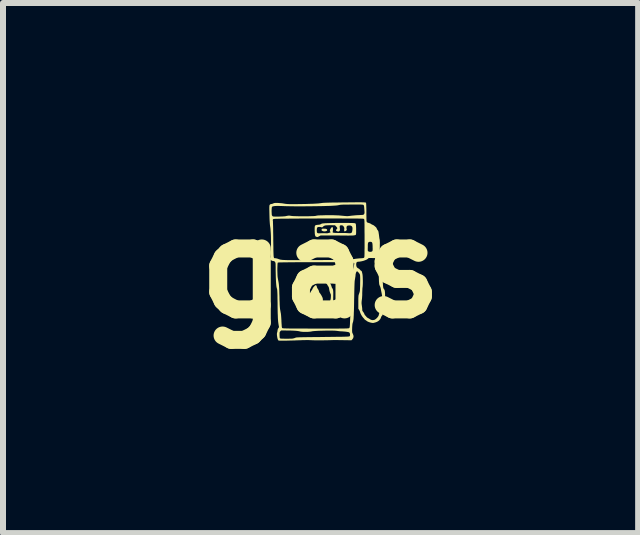
<source format=kicad_pcb>
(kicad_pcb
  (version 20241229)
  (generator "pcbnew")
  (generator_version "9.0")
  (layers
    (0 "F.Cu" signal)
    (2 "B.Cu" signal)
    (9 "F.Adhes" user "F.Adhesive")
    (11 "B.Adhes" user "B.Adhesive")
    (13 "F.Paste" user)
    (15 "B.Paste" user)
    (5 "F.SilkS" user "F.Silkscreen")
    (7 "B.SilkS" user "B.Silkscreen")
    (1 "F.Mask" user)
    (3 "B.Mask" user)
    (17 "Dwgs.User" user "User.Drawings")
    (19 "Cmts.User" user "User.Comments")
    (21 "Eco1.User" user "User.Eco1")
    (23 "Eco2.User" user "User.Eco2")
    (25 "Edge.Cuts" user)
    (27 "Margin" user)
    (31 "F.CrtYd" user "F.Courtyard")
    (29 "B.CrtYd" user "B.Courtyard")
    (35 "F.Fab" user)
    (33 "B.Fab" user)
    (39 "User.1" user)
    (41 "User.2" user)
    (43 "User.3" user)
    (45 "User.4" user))
  (footprint "gas"
    (layer "F.Cu")
    (at 2.293 1.418)
    (property "Reference" "gas" (at 0 0 0) (layer "F.SilkS") (effects (font (size 1.524 1.524) (thickness 0.3))))
    (attr board_only exclude_from_pos_files exclude_from_bom)
    (fp_poly (pts (xy 0.084 -0.655) (xy 0.1 -0.65) (xy 0.109 -0.642) (xy 0.111 -0.631) (xy 0.107 -0.622) (xy 0.095 -0.616) (xy 0.079 -0.612) (xy 0.06 -0.611) (xy 0.043 -0.614) (xy 0.026 -0.621) (xy 0.017 -0.629) (xy 0.017 -0.64) (xy 0.018 -0.644) (xy 0.022 -0.651) (xy 0.027 -0.654) (xy 0.036 -0.656) (xy 0.051 -0.656) (xy 0.059 -0.656)) (stroke (width 0) (type solid)) (fill yes) (layer "F.SilkS"))
    (fp_poly (pts (xy -0.071 0.289) (xy -0.064 0.302) (xy -0.061 0.316) (xy -0.055 0.333) (xy -0.045 0.348) (xy -0.044 0.35) (xy -0.033 0.367) (xy -0.027 0.386) (xy -0.022 0.404) (xy -0.012 0.417) (xy -0.005 0.426) (xy 0.005 0.441) (xy 0.016 0.459) (xy 0.019 0.465) (xy 0.029 0.484) (xy 0.035 0.499) (xy 0.038 0.513) (xy 0.039 0.529) (xy 0.039 0.539) (xy 0.038 0.558) (xy 0.037 0.57) (xy 0.033 0.58) (xy 0.026 0.589) (xy 0.018 0.598) (xy 0.004 0.612) (xy -0.012 0.625) (xy -0.021 0.63) (xy -0.037 0.639) (xy -0.052 0.647) (xy -0.056 0.649) (xy -0.078 0.656) (xy -0.102 0.654) (xy -0.122 0.645) (xy -0.138 0.635) (xy -0.156 0.626) (xy -0.161 0.623) (xy -0.174 0.616) (xy -0.184 0.607) (xy -0.193 0.593) (xy -0.197 0.585) (xy -0.206 0.57) (xy -0.214 0.557) (xy -0.219 0.551) (xy -0.225 0.54) (xy -0.227 0.525) (xy -0.226 0.509) (xy -0.221 0.495) (xy -0.217 0.49) (xy -0.21 0.48) (xy -0.203 0.465) (xy -0.2 0.455) (xy -0.192 0.436) (xy -0.183 0.424) (xy -0.181 0.422) (xy -0.172 0.412) (xy -0.167 0.404) (xy -0.162 0.393) (xy -0.154 0.38) (xy -0.149 0.374) (xy -0.14 0.36) (xy -0.133 0.346) (xy -0.132 0.342) (xy -0.127 0.332) (xy -0.118 0.319) (xy -0.106 0.306) (xy -0.094 0.294) (xy -0.084 0.286) (xy -0.08 0.285)) (stroke (width 0) (type solid)) (fill yes) (layer "F.SilkS"))
    (fp_poly (pts (xy 0.413 -0.752) (xy 0.416 -0.752) (xy 0.46 -0.752) (xy 0.495 -0.751) (xy 0.522 -0.751) (xy 0.543 -0.75) (xy 0.558 -0.749) (xy 0.568 -0.748) (xy 0.575 -0.746) (xy 0.58 -0.744) (xy 0.583 -0.742) (xy 0.586 -0.738) (xy 0.588 -0.731) (xy 0.59 -0.721) (xy 0.591 -0.706) (xy 0.592 -0.685) (xy 0.593 -0.656) (xy 0.593 -0.648) (xy 0.593 -0.614) (xy 0.593 -0.589) (xy 0.592 -0.572) (xy 0.59 -0.561) (xy 0.588 -0.555) (xy 0.588 -0.554) (xy 0.582 -0.55) (xy 0.571 -0.547) (xy 0.554 -0.544) (xy 0.531 -0.542) (xy 0.5 -0.542) (xy 0.461 -0.541) (xy 0.413 -0.542) (xy 0.413 -0.542) (xy 0.381 -0.542) (xy 0.342 -0.542) (xy 0.297 -0.543) (xy 0.251 -0.543) (xy 0.204 -0.543) (xy 0.16 -0.543) (xy 0.157 -0.543) (xy 0.002 -0.543) (xy -0.023 -0.53) (xy -0.036 -0.523) (xy -0.046 -0.518) (xy -0.049 -0.517) (xy -0.055 -0.518) (xy -0.065 -0.52) (xy -0.066 -0.52) (xy -0.076 -0.523) (xy -0.084 -0.528) (xy -0.089 -0.539) (xy -0.093 -0.554) (xy -0.096 -0.577) (xy -0.097 -0.607) (xy -0.098 -0.627) (xy -0.098 -0.63) (xy -0.063 -0.63) (xy -0.062 -0.609) (xy -0.06 -0.594) (xy -0.053 -0.585) (xy -0.042 -0.58) (xy -0.024 -0.579) (xy 0.001 -0.58) (xy 0.005 -0.58) (xy 0.03 -0.581) (xy 0.056 -0.581) (xy 0.078 -0.581) (xy 0.086 -0.58) (xy 0.115 -0.58) (xy 0.143 -0.586) (xy 0.144 -0.587) (xy 0.159 -0.592) (xy 0.167 -0.595) (xy 0.168 -0.599) (xy 0.164 -0.604) (xy 0.163 -0.604) (xy 0.156 -0.617) (xy 0.156 -0.633) (xy 0.166 -0.653) (xy 0.169 -0.658) (xy 0.181 -0.674) (xy 0.191 -0.682) (xy 0.199 -0.682) (xy 0.202 -0.679) (xy 0.205 -0.671) (xy 0.207 -0.657) (xy 0.207 -0.64) (xy 0.206 -0.622) (xy 0.204 -0.609) (xy 0.203 -0.607) (xy 0.201 -0.598) (xy 0.206 -0.592) (xy 0.211 -0.59) (xy 0.222 -0.588) (xy 0.241 -0.586) (xy 0.269 -0.585) (xy 0.305 -0.584) (xy 0.349 -0.584) (xy 0.401 -0.584) (xy 0.413 -0.584) (xy 0.432 -0.583) (xy 0.454 -0.582) (xy 0.461 -0.581) (xy 0.487 -0.58) (xy 0.505 -0.582) (xy 0.516 -0.588) (xy 0.524 -0.598) (xy 0.528 -0.616) (xy 0.531 -0.631) (xy 0.533 -0.661) (xy 0.53 -0.683) (xy 0.52 -0.698) (xy 0.505 -0.707) (xy 0.483 -0.71) (xy 0.481 -0.71) (xy 0.459 -0.708) (xy 0.445 -0.704) (xy 0.437 -0.695) (xy 0.433 -0.681) (xy 0.432 -0.664) (xy 0.435 -0.65) (xy 0.435 -0.65) (xy 0.438 -0.639) (xy 0.435 -0.631) (xy 0.425 -0.622) (xy 0.416 -0.616) (xy 0.405 -0.611) (xy 0.4 -0.611) (xy 0.397 -0.617) (xy 0.395 -0.619) (xy 0.393 -0.634) (xy 0.395 -0.649) (xy 0.397 -0.661) (xy 0.396 -0.671) (xy 0.389 -0.685) (xy 0.388 -0.688) (xy 0.379 -0.701) (xy 0.37 -0.708) (xy 0.358 -0.712) (xy 0.357 -0.712) (xy 0.34 -0.713) (xy 0.328 -0.71) (xy 0.322 -0.705) (xy 0.32 -0.699) (xy 0.319 -0.687) (xy 0.32 -0.677) (xy 0.322 -0.659) (xy 0.323 -0.644) (xy 0.324 -0.638) (xy 0.322 -0.626) (xy 0.313 -0.616) (xy 0.303 -0.61) (xy 0.294 -0.609) (xy 0.282 -0.612) (xy 0.28 -0.612) (xy 0.264 -0.619) (xy 0.258 -0.627) (xy 0.26 -0.638) (xy 0.267 -0.646) (xy 0.276 -0.656) (xy 0.28 -0.664) (xy 0.28 -0.665) (xy 0.277 -0.672) (xy 0.269 -0.683) (xy 0.261 -0.692) (xy 0.241 -0.713) (xy 0.177 -0.714) (xy 0.141 -0.714) (xy 0.112 -0.713) (xy 0.09 -0.712) (xy 0.074 -0.709) (xy 0.061 -0.704) (xy 0.051 -0.698) (xy 0.044 -0.692) (xy 0.033 -0.682) (xy 0.026 -0.678) (xy 0.017 -0.679) (xy 0.013 -0.68) (xy -0.001 -0.684) (xy -0.018 -0.685) (xy -0.025 -0.685) (xy -0.041 -0.684) (xy -0.052 -0.678) (xy -0.059 -0.667) (xy -0.062 -0.649) (xy -0.063 -0.63) (xy -0.098 -0.63) (xy -0.098 -0.658) (xy -0.097 -0.681) (xy -0.095 -0.698) (xy -0.09 -0.708) (xy -0.082 -0.714) (xy -0.069 -0.718) (xy -0.051 -0.72) (xy -0.042 -0.721) (xy -0.019 -0.723) (xy -0.003 -0.728) (xy 0.009 -0.734) (xy 0.014 -0.738) (xy 0.02 -0.74) (xy 0.028 -0.742) (xy 0.039 -0.744) (xy 0.054 -0.745) (xy 0.076 -0.747) (xy 0.104 -0.748) (xy 0.141 -0.749) (xy 0.141 -0.749) (xy 0.177 -0.75) (xy 0.221 -0.751) (xy 0.268 -0.752) (xy 0.318 -0.752) (xy 0.367 -0.752)) (stroke (width 0) (type solid)) (fill yes) (layer "F.SilkS"))
    (fp_poly (pts (xy -0.022 0.146) (xy 0.002 0.15) (xy 0.02 0.156) (xy 0.031 0.162) (xy 0.048 0.171) (xy 0.066 0.178) (xy 0.07 0.179) (xy 0.088 0.186) (xy 0.105 0.197) (xy 0.11 0.201) (xy 0.135 0.225) (xy 0.153 0.246) (xy 0.167 0.266) (xy 0.176 0.286) (xy 0.181 0.301) (xy 0.186 0.317) (xy 0.19 0.329) (xy 0.193 0.333) (xy 0.193 0.333) (xy 0.197 0.337) (xy 0.202 0.348) (xy 0.205 0.354) (xy 0.208 0.362) (xy 0.209 0.371) (xy 0.211 0.384) (xy 0.212 0.402) (xy 0.212 0.425) (xy 0.212 0.455) (xy 0.211 0.491) (xy 0.211 0.527) (xy 0.21 0.555) (xy 0.21 0.576) (xy 0.209 0.592) (xy 0.208 0.602) (xy 0.206 0.609) (xy 0.203 0.614) (xy 0.2 0.618) (xy 0.198 0.62) (xy 0.19 0.632) (xy 0.183 0.648) (xy 0.181 0.656) (xy 0.178 0.665) (xy 0.175 0.673) (xy 0.17 0.681) (xy 0.163 0.691) (xy 0.153 0.703) (xy 0.138 0.719) (xy 0.118 0.74) (xy 0.104 0.754) (xy 0.087 0.772) (xy 0.073 0.785) (xy 0.063 0.793) (xy 0.053 0.798) (xy 0.043 0.8) (xy 0.04 0.801) (xy 0.021 0.806) (xy 0.002 0.813) (xy -0.003 0.815) (xy -0.021 0.821) (xy -0.045 0.825) (xy -0.07 0.827) (xy -0.094 0.826) (xy -0.101 0.825) (xy -0.117 0.82) (xy -0.134 0.813) (xy -0.136 0.812) (xy -0.152 0.806) (xy -0.173 0.801) (xy -0.19 0.799) (xy -0.213 0.796) (xy -0.23 0.791) (xy -0.244 0.784) (xy -0.247 0.782) (xy -0.261 0.774) (xy -0.272 0.768) (xy -0.277 0.768) (xy -0.285 0.764) (xy -0.297 0.756) (xy -0.304 0.749) (xy -0.316 0.738) (xy -0.326 0.729) (xy -0.329 0.726) (xy -0.349 0.706) (xy -0.368 0.682) (xy -0.378 0.667) (xy -0.387 0.651) (xy -0.394 0.637) (xy -0.399 0.625) (xy -0.403 0.613) (xy -0.405 0.598) (xy -0.406 0.579) (xy -0.407 0.554) (xy -0.407 0.522) (xy -0.407 0.512) (xy -0.369 0.512) (xy -0.369 0.536) (xy -0.368 0.553) (xy -0.367 0.565) (xy -0.364 0.574) (xy -0.359 0.582) (xy -0.356 0.587) (xy -0.347 0.604) (xy -0.339 0.624) (xy -0.338 0.629) (xy -0.335 0.64) (xy -0.329 0.651) (xy -0.32 0.663) (xy -0.306 0.678) (xy -0.295 0.69) (xy -0.277 0.707) (xy -0.264 0.719) (xy -0.253 0.726) (xy -0.244 0.73) (xy -0.234 0.732) (xy -0.216 0.736) (xy -0.198 0.744) (xy -0.195 0.747) (xy -0.177 0.755) (xy -0.151 0.761) (xy -0.119 0.765) (xy -0.082 0.766) (xy -0.042 0.765) (xy -0.013 0.763) (xy 0.006 0.761) (xy 0.02 0.758) (xy 0.029 0.753) (xy 0.039 0.746) (xy 0.04 0.744) (xy 0.05 0.735) (xy 0.058 0.73) (xy 0.06 0.729) (xy 0.066 0.726) (xy 0.074 0.718) (xy 0.08 0.709) (xy 0.082 0.705) (xy 0.086 0.7) (xy 0.094 0.695) (xy 0.104 0.687) (xy 0.109 0.68) (xy 0.114 0.67) (xy 0.123 0.658) (xy 0.126 0.654) (xy 0.135 0.642) (xy 0.141 0.628) (xy 0.146 0.607) (xy 0.147 0.6) (xy 0.151 0.578) (xy 0.156 0.558) (xy 0.161 0.544) (xy 0.162 0.543) (xy 0.166 0.528) (xy 0.17 0.509) (xy 0.172 0.487) (xy 0.172 0.485) (xy 0.173 0.464) (xy 0.173 0.449) (xy 0.17 0.437) (xy 0.164 0.423) (xy 0.162 0.419) (xy 0.153 0.394) (xy 0.146 0.365) (xy 0.145 0.357) (xy 0.141 0.331) (xy 0.134 0.313) (xy 0.132 0.31) (xy 0.123 0.297) (xy 0.114 0.281) (xy 0.112 0.277) (xy 0.103 0.264) (xy 0.089 0.249) (xy 0.078 0.238) (xy 0.062 0.227) (xy 0.047 0.219) (xy 0.03 0.214) (xy 0.018 0.212) (xy -0.002 0.209) (xy -0.019 0.204) (xy -0.031 0.2) (xy -0.052 0.194) (xy -0.079 0.194) (xy -0.108 0.2) (xy -0.109 0.2) (xy -0.129 0.205) (xy -0.151 0.209) (xy -0.159 0.21) (xy -0.178 0.214) (xy -0.192 0.221) (xy -0.202 0.229) (xy -0.214 0.241) (xy -0.23 0.255) (xy -0.239 0.263) (xy -0.257 0.279) (xy -0.274 0.295) (xy -0.288 0.309) (xy -0.299 0.321) (xy -0.304 0.328) (xy -0.304 0.329) (xy -0.307 0.334) (xy -0.316 0.343) (xy -0.321 0.348) (xy -0.332 0.361) (xy -0.339 0.376) (xy -0.34 0.386) (xy -0.344 0.403) (xy -0.35 0.417) (xy -0.353 0.421) (xy -0.359 0.429) (xy -0.364 0.44) (xy -0.367 0.453) (xy -0.369 0.472) (xy -0.369 0.498) (xy -0.369 0.512) (xy -0.407 0.512) (xy -0.407 0.507) (xy -0.407 0.472) (xy -0.407 0.446) (xy -0.407 0.426) (xy -0.406 0.412) (xy -0.404 0.402) (xy -0.402 0.395) (xy -0.399 0.389) (xy -0.398 0.387) (xy -0.391 0.377) (xy -0.386 0.372) (xy -0.386 0.372) (xy -0.383 0.367) (xy -0.379 0.357) (xy -0.376 0.349) (xy -0.37 0.331) (xy -0.36 0.313) (xy -0.357 0.309) (xy -0.347 0.295) (xy -0.338 0.28) (xy -0.337 0.278) (xy -0.328 0.266) (xy -0.315 0.253) (xy -0.299 0.239) (xy -0.282 0.226) (xy -0.268 0.217) (xy -0.257 0.213) (xy -0.255 0.212) (xy -0.249 0.209) (xy -0.238 0.202) (xy -0.231 0.195) (xy -0.216 0.185) (xy -0.203 0.179) (xy -0.2 0.179) (xy -0.179 0.174) (xy -0.158 0.16) (xy -0.156 0.158) (xy -0.149 0.153) (xy -0.141 0.15) (xy -0.128 0.148) (xy -0.109 0.147) (xy -0.092 0.146) (xy -0.053 0.145)) (stroke (width 0) (type solid)) (fill yes) (layer "F.SilkS"))
    (fp_poly (pts (xy 0.684 -1.096) (xy 0.706 -1.095) (xy 0.724 -1.095) (xy 0.736 -1.094) (xy 0.746 -1.093) (xy 0.751 -1.092) (xy 0.755 -1.091) (xy 0.757 -1.09) (xy 0.759 -1.085) (xy 0.76 -1.076) (xy 0.761 -1.06) (xy 0.762 -1.038) (xy 0.763 -1.009) (xy 0.764 -0.972) (xy 0.764 -0.927) (xy 0.764 -0.884) (xy 0.765 -0.85) (xy 0.765 -0.823) (xy 0.766 -0.803) (xy 0.766 -0.789) (xy 0.768 -0.779) (xy 0.769 -0.772) (xy 0.771 -0.768) (xy 0.774 -0.765) (xy 0.776 -0.763) (xy 0.787 -0.756) (xy 0.803 -0.752) (xy 0.805 -0.751) (xy 0.822 -0.746) (xy 0.837 -0.738) (xy 0.838 -0.737) (xy 0.853 -0.727) (xy 0.869 -0.72) (xy 0.87 -0.72) (xy 0.881 -0.715) (xy 0.895 -0.705) (xy 0.909 -0.693) (xy 0.923 -0.681) (xy 0.932 -0.67) (xy 0.936 -0.662) (xy 0.936 -0.661) (xy 0.939 -0.652) (xy 0.947 -0.638) (xy 0.958 -0.624) (xy 0.962 -0.616) (xy 0.966 -0.603) (xy 0.969 -0.583) (xy 0.973 -0.557) (xy 0.976 -0.532) (xy 0.979 -0.508) (xy 0.982 -0.488) (xy 0.985 -0.477) (xy 0.987 -0.464) (xy 0.988 -0.445) (xy 0.989 -0.42) (xy 0.988 -0.386) (xy 0.988 -0.356) (xy 0.987 -0.316) (xy 0.986 -0.284) (xy 0.985 -0.258) (xy 0.985 -0.238) (xy 0.986 -0.221) (xy 0.987 -0.205) (xy 0.989 -0.191) (xy 0.991 -0.175) (xy 0.992 -0.164) (xy 0.995 -0.145) (xy 0.997 -0.118) (xy 1 -0.086) (xy 1.002 -0.052) (xy 1.004 -0.019) (xy 1.006 0.013) (xy 1.009 0.045) (xy 1.012 0.075) (xy 1.014 0.099) (xy 1.017 0.115) (xy 1.017 0.116) (xy 1.024 0.152) (xy 1.029 0.18) (xy 1.033 0.204) (xy 1.036 0.225) (xy 1.038 0.245) (xy 1.04 0.268) (xy 1.04 0.277) (xy 1.042 0.301) (xy 1.044 0.319) (xy 1.046 0.331) (xy 1.049 0.339) (xy 1.054 0.346) (xy 1.056 0.348) (xy 1.062 0.357) (xy 1.067 0.367) (xy 1.071 0.38) (xy 1.073 0.397) (xy 1.075 0.42) (xy 1.076 0.449) (xy 1.076 0.486) (xy 1.076 0.495) (xy 1.076 0.54) (xy 1.075 0.577) (xy 1.073 0.607) (xy 1.07 0.629) (xy 1.066 0.647) (xy 1.061 0.659) (xy 1.058 0.665) (xy 1.052 0.676) (xy 1.047 0.692) (xy 1.043 0.715) (xy 1.042 0.724) (xy 1.038 0.755) (xy 1.034 0.776) (xy 1.029 0.79) (xy 1.022 0.798) (xy 1.021 0.798) (xy 1.016 0.804) (xy 1.01 0.816) (xy 1.007 0.825) (xy 0.998 0.847) (xy 0.982 0.867) (xy 0.977 0.872) (xy 0.961 0.885) (xy 0.944 0.895) (xy 0.922 0.904) (xy 0.894 0.912) (xy 0.879 0.915) (xy 0.866 0.915) (xy 0.848 0.912) (xy 0.826 0.907) (xy 0.805 0.9) (xy 0.786 0.892) (xy 0.774 0.885) (xy 0.773 0.884) (xy 0.76 0.874) (xy 0.747 0.866) (xy 0.738 0.86) (xy 0.734 0.855) (xy 0.734 0.855) (xy 0.73 0.849) (xy 0.723 0.84) (xy 0.721 0.839) (xy 0.707 0.823) (xy 0.692 0.803) (xy 0.678 0.78) (xy 0.667 0.758) (xy 0.661 0.741) (xy 0.655 0.722) (xy 0.646 0.703) (xy 0.643 0.698) (xy 0.63 0.678) (xy 0.63 0.57) (xy 0.63 0.534) (xy 0.63 0.507) (xy 0.631 0.487) (xy 0.632 0.471) (xy 0.633 0.458) (xy 0.636 0.447) (xy 0.639 0.436) (xy 0.644 0.424) (xy 0.644 0.422) (xy 0.648 0.41) (xy 0.652 0.4) (xy 0.654 0.389) (xy 0.656 0.377) (xy 0.657 0.362) (xy 0.658 0.343) (xy 0.659 0.318) (xy 0.66 0.286) (xy 0.66 0.256) (xy 0.661 0.21) (xy 0.661 0.172) (xy 0.66 0.144) (xy 0.659 0.124) (xy 0.657 0.112) (xy 0.657 0.111) (xy 0.651 0.098) (xy 0.64 0.082) (xy 0.632 0.073) (xy 0.62 0.061) (xy 0.612 0.055) (xy 0.606 0.055) (xy 0.605 0.056) (xy 0.596 0.066) (xy 0.59 0.082) (xy 0.585 0.101) (xy 0.584 0.112) (xy 0.583 0.124) (xy 0.581 0.143) (xy 0.577 0.165) (xy 0.575 0.18) (xy 0.573 0.191) (xy 0.571 0.203) (xy 0.569 0.217) (xy 0.568 0.234) (xy 0.567 0.254) (xy 0.566 0.278) (xy 0.565 0.307) (xy 0.564 0.342) (xy 0.563 0.383) (xy 0.562 0.433) (xy 0.561 0.49) (xy 0.56 0.522) (xy 0.559 0.59) (xy 0.558 0.65) (xy 0.556 0.701) (xy 0.555 0.745) (xy 0.554 0.782) (xy 0.552 0.813) (xy 0.551 0.838) (xy 0.549 0.859) (xy 0.546 0.876) (xy 0.544 0.889) (xy 0.541 0.9) (xy 0.538 0.909) (xy 0.537 0.911) (xy 0.534 0.922) (xy 0.531 0.939) (xy 0.529 0.962) (xy 0.527 0.993) (xy 0.527 1) (xy 0.526 1.028) (xy 0.526 1.048) (xy 0.527 1.063) (xy 0.528 1.073) (xy 0.531 1.082) (xy 0.535 1.091) (xy 0.538 1.096) (xy 0.548 1.123) (xy 0.55 1.147) (xy 0.543 1.17) (xy 0.533 1.184) (xy 0.516 1.204) (xy 0.37 1.202) (xy 0.333 1.202) (xy 0.297 1.201) (xy 0.265 1.201) (xy 0.238 1.201) (xy 0.218 1.201) (xy 0.205 1.201) (xy 0.203 1.201) (xy 0.141 1.203) (xy 0.08 1.204) (xy 0.022 1.205) (xy -0.032 1.205) (xy -0.08 1.205) (xy -0.122 1.204) (xy -0.145 1.203) (xy -0.195 1.201) (xy -0.249 1.201) (xy -0.304 1.202) (xy -0.323 1.203) (xy -0.355 1.204) (xy -0.393 1.205) (xy -0.436 1.207) (xy -0.481 1.208) (xy -0.525 1.209) (xy -0.558 1.21) (xy -0.598 1.211) (xy -0.63 1.211) (xy -0.655 1.211) (xy -0.673 1.211) (xy -0.686 1.21) (xy -0.694 1.209) (xy -0.7 1.208) (xy -0.703 1.206) (xy -0.705 1.204) (xy -0.711 1.193) (xy -0.717 1.175) (xy -0.722 1.153) (xy -0.725 1.13) (xy -0.727 1.114) (xy -0.683 1.114) (xy -0.682 1.141) (xy -0.681 1.159) (xy -0.677 1.169) (xy -0.676 1.17) (xy -0.673 1.172) (xy -0.668 1.175) (xy -0.659 1.176) (xy -0.645 1.177) (xy -0.625 1.177) (xy -0.598 1.178) (xy -0.566 1.178) (xy -0.532 1.178) (xy -0.505 1.177) (xy -0.485 1.177) (xy -0.47 1.176) (xy -0.457 1.174) (xy -0.446 1.171) (xy -0.435 1.168) (xy -0.429 1.166) (xy -0.425 1.164) (xy -0.421 1.163) (xy -0.418 1.161) (xy -0.414 1.16) (xy -0.41 1.159) (xy -0.405 1.158) (xy -0.398 1.157) (xy -0.389 1.156) (xy -0.377 1.156) (xy -0.362 1.155) (xy -0.344 1.154) (xy -0.322 1.154) (xy -0.295 1.153) (xy -0.263 1.153) (xy -0.226 1.152) (xy -0.182 1.152) (xy -0.133 1.151) (xy -0.076 1.15) (xy -0.012 1.15) (xy 0.06 1.149) (xy 0.141 1.148) (xy 0.23 1.147) (xy 0.288 1.146) (xy 0.34 1.146) (xy 0.382 1.145) (xy 0.416 1.144) (xy 0.442 1.143) (xy 0.461 1.142) (xy 0.474 1.14) (xy 0.481 1.139) (xy 0.483 1.138) (xy 0.49 1.129) (xy 0.492 1.114) (xy 0.491 1.097) (xy 0.485 1.082) (xy 0.48 1.075) (xy 0.474 1.071) (xy 0.465 1.068) (xy 0.449 1.065) (xy 0.43 1.062) (xy 0.405 1.059) (xy 0.379 1.057) (xy 0.356 1.055) (xy 0.35 1.055) (xy 0.327 1.054) (xy 0.301 1.051) (xy 0.279 1.048) (xy 0.262 1.046) (xy 0.237 1.044) (xy 0.206 1.043) (xy 0.169 1.043) (xy 0.13 1.043) (xy 0.089 1.043) (xy 0.047 1.044) (xy 0.005 1.045) (xy -0.034 1.046) (xy -0.069 1.048) (xy -0.1 1.05) (xy -0.124 1.052) (xy -0.14 1.054) (xy -0.142 1.055) (xy -0.163 1.059) (xy -0.189 1.062) (xy -0.22 1.064) (xy -0.252 1.064) (xy -0.284 1.064) (xy -0.312 1.062) (xy -0.335 1.059) (xy -0.345 1.056) (xy -0.364 1.052) (xy -0.391 1.048) (xy -0.427 1.045) (xy -0.47 1.043) (xy -0.52 1.041) (xy -0.576 1.041) (xy -0.656 1.04) (xy -0.67 1.054) (xy -0.676 1.06) (xy -0.68 1.067) (xy -0.682 1.076) (xy -0.683 1.09) (xy -0.683 1.11) (xy -0.683 1.114) (xy -0.727 1.114) (xy -0.727 1.108) (xy -0.727 1.09) (xy -0.725 1.08) (xy -0.722 1.069) (xy -0.718 1.053) (xy -0.717 1.041) (xy -0.712 1.017) (xy -0.702 1) (xy -0.696 0.992) (xy -0.693 0.986) (xy -0.693 0.977) (xy -0.696 0.963) (xy -0.698 0.953) (xy -0.701 0.934) (xy -0.704 0.914) (xy -0.707 0.89) (xy -0.709 0.863) (xy -0.711 0.832) (xy -0.712 0.795) (xy -0.714 0.752) (xy -0.715 0.701) (xy -0.716 0.642) (xy -0.716 0.588) (xy -0.717 0.535) (xy -0.718 0.491) (xy -0.718 0.455) (xy -0.719 0.425) (xy -0.72 0.402) (xy -0.721 0.384) (xy -0.722 0.37) (xy -0.723 0.359) (xy -0.725 0.351) (xy -0.726 0.344) (xy -0.728 0.34) (xy -0.732 0.325) (xy -0.736 0.302) (xy -0.739 0.271) (xy -0.742 0.233) (xy -0.744 0.191) (xy -0.746 0.144) (xy -0.747 0.093) (xy -0.748 0.041) (xy -0.748 0.014) (xy -0.748 0.008) (xy -0.72 0.008) (xy -0.72 0.039) (xy -0.719 0.071) (xy -0.718 0.101) (xy -0.717 0.129) (xy -0.715 0.152) (xy -0.712 0.169) (xy -0.712 0.17) (xy -0.707 0.199) (xy -0.702 0.224) (xy -0.698 0.248) (xy -0.695 0.27) (xy -0.693 0.294) (xy -0.691 0.32) (xy -0.689 0.35) (xy -0.688 0.385) (xy -0.687 0.427) (xy -0.685 0.473) (xy -0.684 0.527) (xy -0.682 0.573) (xy -0.681 0.61) (xy -0.679 0.641) (xy -0.677 0.665) (xy -0.675 0.684) (xy -0.673 0.695) (xy -0.669 0.717) (xy -0.665 0.739) (xy -0.662 0.755) (xy -0.661 0.758) (xy -0.66 0.769) (xy -0.658 0.788) (xy -0.656 0.813) (xy -0.654 0.843) (xy -0.652 0.875) (xy -0.652 0.885) (xy -0.65 0.922) (xy -0.648 0.949) (xy -0.647 0.97) (xy -0.645 0.984) (xy -0.643 0.993) (xy -0.64 0.999) (xy -0.639 1) (xy -0.638 1.001) (xy -0.635 1.002) (xy -0.631 1.003) (xy -0.625 1.004) (xy -0.616 1.005) (xy -0.604 1.006) (xy -0.589 1.006) (xy -0.569 1.007) (xy -0.545 1.007) (xy -0.516 1.008) (xy -0.481 1.008) (xy -0.439 1.008) (xy -0.391 1.008) (xy -0.335 1.008) (xy -0.272 1.008) (xy -0.2 1.009) (xy -0.119 1.009) (xy -0.082 1.009) (xy 0.002 1.009) (xy 0.078 1.009) (xy 0.145 1.009) (xy 0.204 1.009) (xy 0.255 1.009) (xy 0.299 1.009) (xy 0.337 1.008) (xy 0.369 1.008) (xy 0.395 1.008) (xy 0.417 1.007) (xy 0.434 1.007) (xy 0.448 1.006) (xy 0.458 1.005) (xy 0.465 1.005) (xy 0.471 1.004) (xy 0.474 1.002) (xy 0.476 1.001) (xy 0.477 1.001) (xy 0.481 0.997) (xy 0.483 0.993) (xy 0.485 0.987) (xy 0.487 0.976) (xy 0.488 0.962) (xy 0.49 0.941) (xy 0.491 0.912) (xy 0.492 0.881) (xy 0.494 0.839) (xy 0.496 0.806) (xy 0.498 0.781) (xy 0.501 0.763) (xy 0.504 0.751) (xy 0.504 0.75) (xy 0.508 0.739) (xy 0.511 0.727) (xy 0.514 0.713) (xy 0.516 0.697) (xy 0.518 0.678) (xy 0.519 0.654) (xy 0.521 0.625) (xy 0.522 0.591) (xy 0.523 0.549) (xy 0.523 0.5) (xy 0.524 0.443) (xy 0.524 0.415) (xy 0.525 0.338) (xy 0.526 0.271) (xy 0.528 0.212) (xy 0.53 0.162) (xy 0.532 0.119) (xy 0.535 0.083) (xy 0.538 0.055) (xy 0.541 0.032) (xy 0.545 0.016) (xy 0.547 0.009) (xy 0.551 -0.004) (xy 0.555 -0.024) (xy 0.558 -0.044) (xy 0.559 -0.052) (xy 0.56 -0.059) (xy 0.56 -0.059) (xy 0.594 -0.059) (xy 0.597 -0.032) (xy 0.606 -0.012) (xy 0.622 0.002) (xy 0.631 0.006) (xy 0.645 0.015) (xy 0.657 0.027) (xy 0.659 0.029) (xy 0.668 0.04) (xy 0.676 0.046) (xy 0.677 0.046) (xy 0.682 0.048) (xy 0.686 0.053) (xy 0.689 0.062) (xy 0.693 0.077) (xy 0.698 0.098) (xy 0.701 0.118) (xy 0.703 0.145) (xy 0.704 0.177) (xy 0.705 0.212) (xy 0.705 0.247) (xy 0.704 0.279) (xy 0.702 0.308) (xy 0.7 0.323) (xy 0.698 0.341) (xy 0.697 0.364) (xy 0.696 0.391) (xy 0.695 0.419) (xy 0.695 0.42) (xy 0.695 0.45) (xy 0.693 0.481) (xy 0.691 0.51) (xy 0.688 0.531) (xy 0.685 0.556) (xy 0.684 0.575) (xy 0.684 0.594) (xy 0.687 0.617) (xy 0.688 0.623) (xy 0.691 0.646) (xy 0.694 0.668) (xy 0.695 0.686) (xy 0.695 0.691) (xy 0.696 0.707) (xy 0.702 0.72) (xy 0.712 0.733) (xy 0.722 0.748) (xy 0.729 0.762) (xy 0.731 0.767) (xy 0.737 0.781) (xy 0.745 0.79) (xy 0.756 0.801) (xy 0.765 0.813) (xy 0.776 0.824) (xy 0.79 0.833) (xy 0.791 0.834) (xy 0.805 0.84) (xy 0.815 0.847) (xy 0.816 0.847) (xy 0.839 0.862) (xy 0.865 0.868) (xy 0.892 0.865) (xy 0.901 0.862) (xy 0.919 0.851) (xy 0.937 0.835) (xy 0.954 0.816) (xy 0.966 0.797) (xy 0.97 0.786) (xy 0.976 0.761) (xy 0.981 0.744) (xy 0.986 0.733) (xy 0.99 0.725) (xy 0.993 0.722) (xy 0.996 0.714) (xy 1 0.699) (xy 1.004 0.676) (xy 1.007 0.648) (xy 1.01 0.621) (xy 1.013 0.594) (xy 1.017 0.571) (xy 1.02 0.555) (xy 1.021 0.554) (xy 1.027 0.513) (xy 1.027 0.469) (xy 1.019 0.423) (xy 1.019 0.422) (xy 1.014 0.399) (xy 1.009 0.375) (xy 1.006 0.355) (xy 1.006 0.355) (xy 1.001 0.33) (xy 0.992 0.304) (xy 0.989 0.299) (xy 0.985 0.29) (xy 0.981 0.281) (xy 0.979 0.272) (xy 0.977 0.261) (xy 0.976 0.246) (xy 0.974 0.225) (xy 0.973 0.198) (xy 0.972 0.166) (xy 0.971 0.13) (xy 0.97 0.101) (xy 0.968 0.079) (xy 0.967 0.061) (xy 0.964 0.046) (xy 0.961 0.032) (xy 0.958 0.022) (xy 0.948 -0.017) (xy 0.941 -0.06) (xy 0.937 -0.102) (xy 0.936 -0.126) (xy 0.936 -0.141) (xy 0.934 -0.152) (xy 0.928 -0.159) (xy 0.917 -0.164) (xy 0.901 -0.166) (xy 0.877 -0.166) (xy 0.862 -0.167) (xy 0.803 -0.167) (xy 0.783 -0.15) (xy 0.765 -0.139) (xy 0.74 -0.129) (xy 0.711 -0.119) (xy 0.68 -0.112) (xy 0.651 -0.107) (xy 0.634 -0.106) (xy 0.615 -0.104) (xy 0.602 -0.096) (xy 0.596 -0.081) (xy 0.594 -0.059) (xy 0.56 -0.059) (xy 0.562 -0.065) (xy 0.563 -0.071) (xy 0.563 -0.076) (xy 0.561 -0.08) (xy 0.558 -0.084) (xy 0.552 -0.087) (xy 0.543 -0.09) (xy 0.531 -0.092) (xy 0.515 -0.094) (xy 0.495 -0.095) (xy 0.47 -0.096) (xy 0.44 -0.097) (xy 0.404 -0.098) (xy 0.362 -0.098) (xy 0.313 -0.098) (xy 0.257 -0.098) (xy 0.194 -0.098) (xy 0.122 -0.098) (xy 0.042 -0.098) (xy -0.047 -0.097) (xy -0.08 -0.097) (xy -0.178 -0.097) (xy -0.267 -0.097) (xy -0.347 -0.097) (xy -0.418 -0.097) (xy -0.481 -0.096) (xy -0.535 -0.096) (xy -0.582 -0.095) (xy -0.621 -0.095) (xy -0.652 -0.094) (xy -0.677 -0.094) (xy -0.695 -0.093) (xy -0.707 -0.092) (xy -0.712 -0.091) (xy -0.713 -0.091) (xy -0.715 -0.084) (xy -0.717 -0.07) (xy -0.718 -0.048) (xy -0.719 -0.022) (xy -0.72 0.008) (xy -0.748 0.008) (xy -0.748 -0.019) (xy -0.749 -0.045) (xy -0.749 -0.064) (xy -0.75 -0.077) (xy -0.752 -0.087) (xy -0.754 -0.094) (xy -0.758 -0.1) (xy -0.758 -0.1) (xy -0.767 -0.111) (xy -0.777 -0.116) (xy -0.782 -0.116) (xy -0.802 -0.119) (xy -0.823 -0.129) (xy -0.838 -0.14) (xy -0.843 -0.147) (xy -0.844 -0.153) (xy -0.84 -0.163) (xy -0.837 -0.168) (xy -0.835 -0.173) (xy -0.833 -0.179) (xy -0.831 -0.188) (xy -0.83 -0.199) (xy -0.829 -0.214) (xy -0.828 -0.234) (xy -0.827 -0.261) (xy -0.827 -0.294) (xy -0.826 -0.335) (xy -0.826 -0.362) (xy -0.826 -0.428) (xy -0.826 -0.486) (xy -0.827 -0.537) (xy -0.829 -0.582) (xy -0.832 -0.622) (xy -0.835 -0.66) (xy -0.84 -0.695) (xy -0.842 -0.71) (xy -0.844 -0.726) (xy -0.846 -0.75) (xy -0.848 -0.781) (xy -0.849 -0.796) (xy -0.796 -0.796) (xy -0.794 -0.783) (xy -0.793 -0.773) (xy -0.793 -0.755) (xy -0.792 -0.728) (xy -0.791 -0.695) (xy -0.79 -0.656) (xy -0.79 -0.613) (xy -0.789 -0.565) (xy -0.788 -0.514) (xy -0.788 -0.464) (xy -0.787 -0.403) (xy -0.786 -0.351) (xy -0.786 -0.307) (xy -0.785 -0.27) (xy -0.784 -0.24) (xy -0.783 -0.217) (xy -0.782 -0.198) (xy -0.78 -0.185) (xy -0.778 -0.176) (xy -0.775 -0.169) (xy -0.772 -0.166) (xy -0.768 -0.164) (xy -0.763 -0.164) (xy -0.758 -0.164) (xy -0.754 -0.164) (xy -0.741 -0.162) (xy -0.723 -0.158) (xy -0.711 -0.154) (xy -0.701 -0.15) (xy -0.692 -0.147) (xy -0.683 -0.144) (xy -0.674 -0.142) (xy -0.663 -0.139) (xy -0.652 -0.138) (xy -0.638 -0.136) (xy -0.621 -0.135) (xy -0.601 -0.134) (xy -0.577 -0.133) (xy -0.548 -0.132) (xy -0.515 -0.132) (xy -0.475 -0.132) (xy -0.429 -0.132) (xy -0.376 -0.132) (xy -0.316 -0.132) (xy -0.247 -0.132) (xy -0.17 -0.133) (xy -0.133 -0.133) (xy -0.062 -0.133) (xy 0.007 -0.133) (xy 0.073 -0.134) (xy 0.137 -0.134) (xy 0.197 -0.135) (xy 0.253 -0.135) (xy 0.303 -0.136) (xy 0.348 -0.137) (xy 0.385 -0.137) (xy 0.415 -0.138) (xy 0.436 -0.139) (xy 0.444 -0.139) (xy 0.475 -0.141) (xy 0.506 -0.144) (xy 0.534 -0.147) (xy 0.557 -0.15) (xy 0.565 -0.151) (xy 0.588 -0.155) (xy 0.616 -0.158) (xy 0.645 -0.161) (xy 0.661 -0.162) (xy 0.689 -0.164) (xy 0.708 -0.166) (xy 0.72 -0.169) (xy 0.725 -0.172) (xy 0.727 -0.175) (xy 0.728 -0.178) (xy 0.73 -0.183) (xy 0.731 -0.19) (xy 0.732 -0.201) (xy 0.732 -0.216) (xy 0.733 -0.236) (xy 0.733 -0.261) (xy 0.733 -0.293) (xy 0.733 -0.308) (xy 0.787 -0.308) (xy 0.787 -0.295) (xy 0.789 -0.288) (xy 0.792 -0.283) (xy 0.796 -0.279) (xy 0.797 -0.278) (xy 0.811 -0.272) (xy 0.829 -0.27) (xy 0.846 -0.272) (xy 0.86 -0.278) (xy 0.861 -0.28) (xy 0.865 -0.285) (xy 0.867 -0.291) (xy 0.868 -0.302) (xy 0.869 -0.318) (xy 0.868 -0.34) (xy 0.868 -0.355) (xy 0.867 -0.384) (xy 0.865 -0.405) (xy 0.862 -0.419) (xy 0.857 -0.428) (xy 0.85 -0.434) (xy 0.839 -0.437) (xy 0.832 -0.438) (xy 0.816 -0.438) (xy 0.804 -0.432) (xy 0.801 -0.431) (xy 0.796 -0.426) (xy 0.793 -0.421) (xy 0.791 -0.414) (xy 0.789 -0.402) (xy 0.788 -0.385) (xy 0.788 -0.36) (xy 0.788 -0.353) (xy 0.787 -0.327) (xy 0.787 -0.308) (xy 0.733 -0.308) (xy 0.734 -0.331) (xy 0.734 -0.376) (xy 0.734 -0.43) (xy 0.734 -0.492) (xy 0.734 -0.556) (xy 0.733 -0.611) (xy 0.733 -0.657) (xy 0.733 -0.696) (xy 0.733 -0.728) (xy 0.732 -0.753) (xy 0.732 -0.774) (xy 0.731 -0.789) (xy 0.73 -0.8) (xy 0.729 -0.808) (xy 0.727 -0.812) (xy 0.726 -0.814) (xy 0.725 -0.817) (xy 0.722 -0.819) (xy 0.719 -0.82) (xy 0.713 -0.822) (xy 0.704 -0.823) (xy 0.691 -0.823) (xy 0.674 -0.824) (xy 0.652 -0.824) (xy 0.623 -0.825) (xy 0.587 -0.825) (xy 0.544 -0.825) (xy 0.492 -0.825) (xy 0.469 -0.825) (xy 0.404 -0.825) (xy 0.345 -0.826) (xy 0.293 -0.826) (xy 0.245 -0.826) (xy 0.201 -0.826) (xy 0.159 -0.826) (xy 0.119 -0.826) (xy 0.079 -0.826) (xy 0.039 -0.826) (xy -0.003 -0.826) (xy -0.049 -0.826) (xy -0.098 -0.825) (xy -0.152 -0.825) (xy -0.212 -0.825) (xy -0.28 -0.825) (xy -0.356 -0.825) (xy -0.367 -0.824) (xy -0.442 -0.824) (xy -0.507 -0.824) (xy -0.565 -0.823) (xy -0.614 -0.823) (xy -0.655 -0.823) (xy -0.69 -0.822) (xy -0.719 -0.821) (xy -0.741 -0.821) (xy -0.759 -0.82) (xy -0.772 -0.819) (xy -0.78 -0.818) (xy -0.785 -0.817) (xy -0.786 -0.816) (xy -0.793 -0.812) (xy -0.795 -0.806) (xy -0.796 -0.796) (xy -0.849 -0.796) (xy -0.85 -0.818) (xy -0.851 -0.857) (xy -0.852 -0.896) (xy -0.853 -0.938) (xy -0.853 -0.951) (xy -0.816 -0.951) (xy -0.815 -0.928) (xy -0.814 -0.906) (xy -0.813 -0.888) (xy -0.811 -0.88) (xy -0.802 -0.866) (xy -0.792 -0.86) (xy -0.783 -0.859) (xy -0.766 -0.858) (xy -0.743 -0.857) (xy -0.716 -0.857) (xy -0.688 -0.858) (xy -0.659 -0.859) (xy -0.631 -0.86) (xy -0.608 -0.862) (xy -0.59 -0.863) (xy -0.582 -0.865) (xy -0.558 -0.87) (xy -0.54 -0.873) (xy -0.525 -0.874) (xy -0.51 -0.873) (xy -0.495 -0.87) (xy -0.478 -0.868) (xy -0.454 -0.866) (xy -0.423 -0.865) (xy -0.387 -0.864) (xy -0.348 -0.863) (xy -0.306 -0.863) (xy -0.264 -0.863) (xy -0.222 -0.863) (xy -0.183 -0.864) (xy -0.147 -0.865) (xy -0.116 -0.866) (xy -0.092 -0.868) (xy -0.076 -0.87) (xy -0.075 -0.871) (xy -0.055 -0.875) (xy -0.035 -0.877) (xy -0.022 -0.878) (xy -0.011 -0.878) (xy 0.007 -0.879) (xy 0.032 -0.879) (xy 0.061 -0.88) (xy 0.092 -0.881) (xy 0.099 -0.881) (xy 0.203 -0.881) (xy 0.308 -0.877) (xy 0.403 -0.868) (xy 0.428 -0.866) (xy 0.449 -0.865) (xy 0.471 -0.867) (xy 0.496 -0.87) (xy 0.504 -0.871) (xy 0.529 -0.874) (xy 0.56 -0.877) (xy 0.593 -0.88) (xy 0.626 -0.882) (xy 0.637 -0.882) (xy 0.666 -0.884) (xy 0.687 -0.885) (xy 0.702 -0.886) (xy 0.711 -0.888) (xy 0.718 -0.891) (xy 0.722 -0.894) (xy 0.725 -0.898) (xy 0.729 -0.904) (xy 0.731 -0.911) (xy 0.733 -0.919) (xy 0.733 -0.932) (xy 0.732 -0.951) (xy 0.73 -0.977) (xy 0.728 -1.005) (xy 0.726 -1.026) (xy 0.723 -1.039) (xy 0.72 -1.047) (xy 0.717 -1.051) (xy 0.715 -1.053) (xy 0.71 -1.055) (xy 0.704 -1.056) (xy 0.694 -1.057) (xy 0.679 -1.058) (xy 0.66 -1.059) (xy 0.634 -1.059) (xy 0.601 -1.059) (xy 0.561 -1.059) (xy 0.522 -1.059) (xy 0.473 -1.058) (xy 0.432 -1.058) (xy 0.399 -1.058) (xy 0.373 -1.057) (xy 0.352 -1.056) (xy 0.335 -1.055) (xy 0.323 -1.053) (xy 0.313 -1.051) (xy 0.307 -1.05) (xy 0.293 -1.047) (xy 0.275 -1.044) (xy 0.253 -1.042) (xy 0.225 -1.04) (xy 0.192 -1.038) (xy 0.152 -1.036) (xy 0.105 -1.035) (xy 0.05 -1.033) (xy -0.012 -1.032) (xy -0.083 -1.031) (xy -0.162 -1.03) (xy -0.176 -1.03) (xy -0.27 -1.029) (xy -0.355 -1.029) (xy -0.431 -1.029) (xy -0.498 -1.03) (xy -0.556 -1.031) (xy -0.594 -1.032) (xy -0.648 -1.034) (xy -0.693 -1.035) (xy -0.73 -1.035) (xy -0.759 -1.034) (xy -0.781 -1.031) (xy -0.797 -1.027) (xy -0.807 -1.022) (xy -0.809 -1.02) (xy -0.812 -1.011) (xy -0.814 -0.995) (xy -0.815 -0.975) (xy -0.816 -0.951) (xy -0.853 -0.951) (xy -0.854 -0.971) (xy -0.854 -0.997) (xy -0.854 -1.016) (xy -0.853 -1.03) (xy -0.852 -1.04) (xy -0.851 -1.047) (xy -0.849 -1.052) (xy -0.847 -1.054) (xy -0.836 -1.064) (xy -0.824 -1.067) (xy -0.81 -1.069) (xy -0.794 -1.074) (xy -0.789 -1.077) (xy -0.779 -1.081) (xy -0.769 -1.084) (xy -0.756 -1.085) (xy -0.739 -1.085) (xy -0.715 -1.085) (xy -0.709 -1.085) (xy -0.683 -1.083) (xy -0.658 -1.081) (xy -0.638 -1.079) (xy -0.625 -1.077) (xy -0.608 -1.074) (xy -0.59 -1.071) (xy -0.572 -1.069) (xy -0.55 -1.067) (xy -0.526 -1.066) (xy -0.496 -1.065) (xy -0.462 -1.065) (xy -0.421 -1.065) (xy -0.373 -1.066) (xy -0.316 -1.067) (xy -0.305 -1.067) (xy -0.241 -1.068) (xy -0.187 -1.07) (xy -0.14 -1.071) (xy -0.099 -1.073) (xy -0.065 -1.075) (xy -0.035 -1.077) (xy -0.009 -1.08) (xy 0.014 -1.083) (xy 0.036 -1.086) (xy 0.039 -1.086) (xy 0.048 -1.087) (xy 0.066 -1.088) (xy 0.092 -1.089) (xy 0.125 -1.09) (xy 0.164 -1.091) (xy 0.209 -1.092) (xy 0.258 -1.092) (xy 0.311 -1.093) (xy 0.367 -1.094) (xy 0.408 -1.094) (xy 0.474 -1.095) (xy 0.532 -1.095) (xy 0.581 -1.096) (xy 0.622 -1.096) (xy 0.656 -1.096)) (stroke (width 0) (type solid)) (fill yes) (layer "F.SilkS")))
  (gr_rect
    (start -3 -3)
    (end 7.587 5.836)
    (stroke (width 0.1) (type default))
    (fill no)
    (layer "Edge.Cuts")))
</source>
